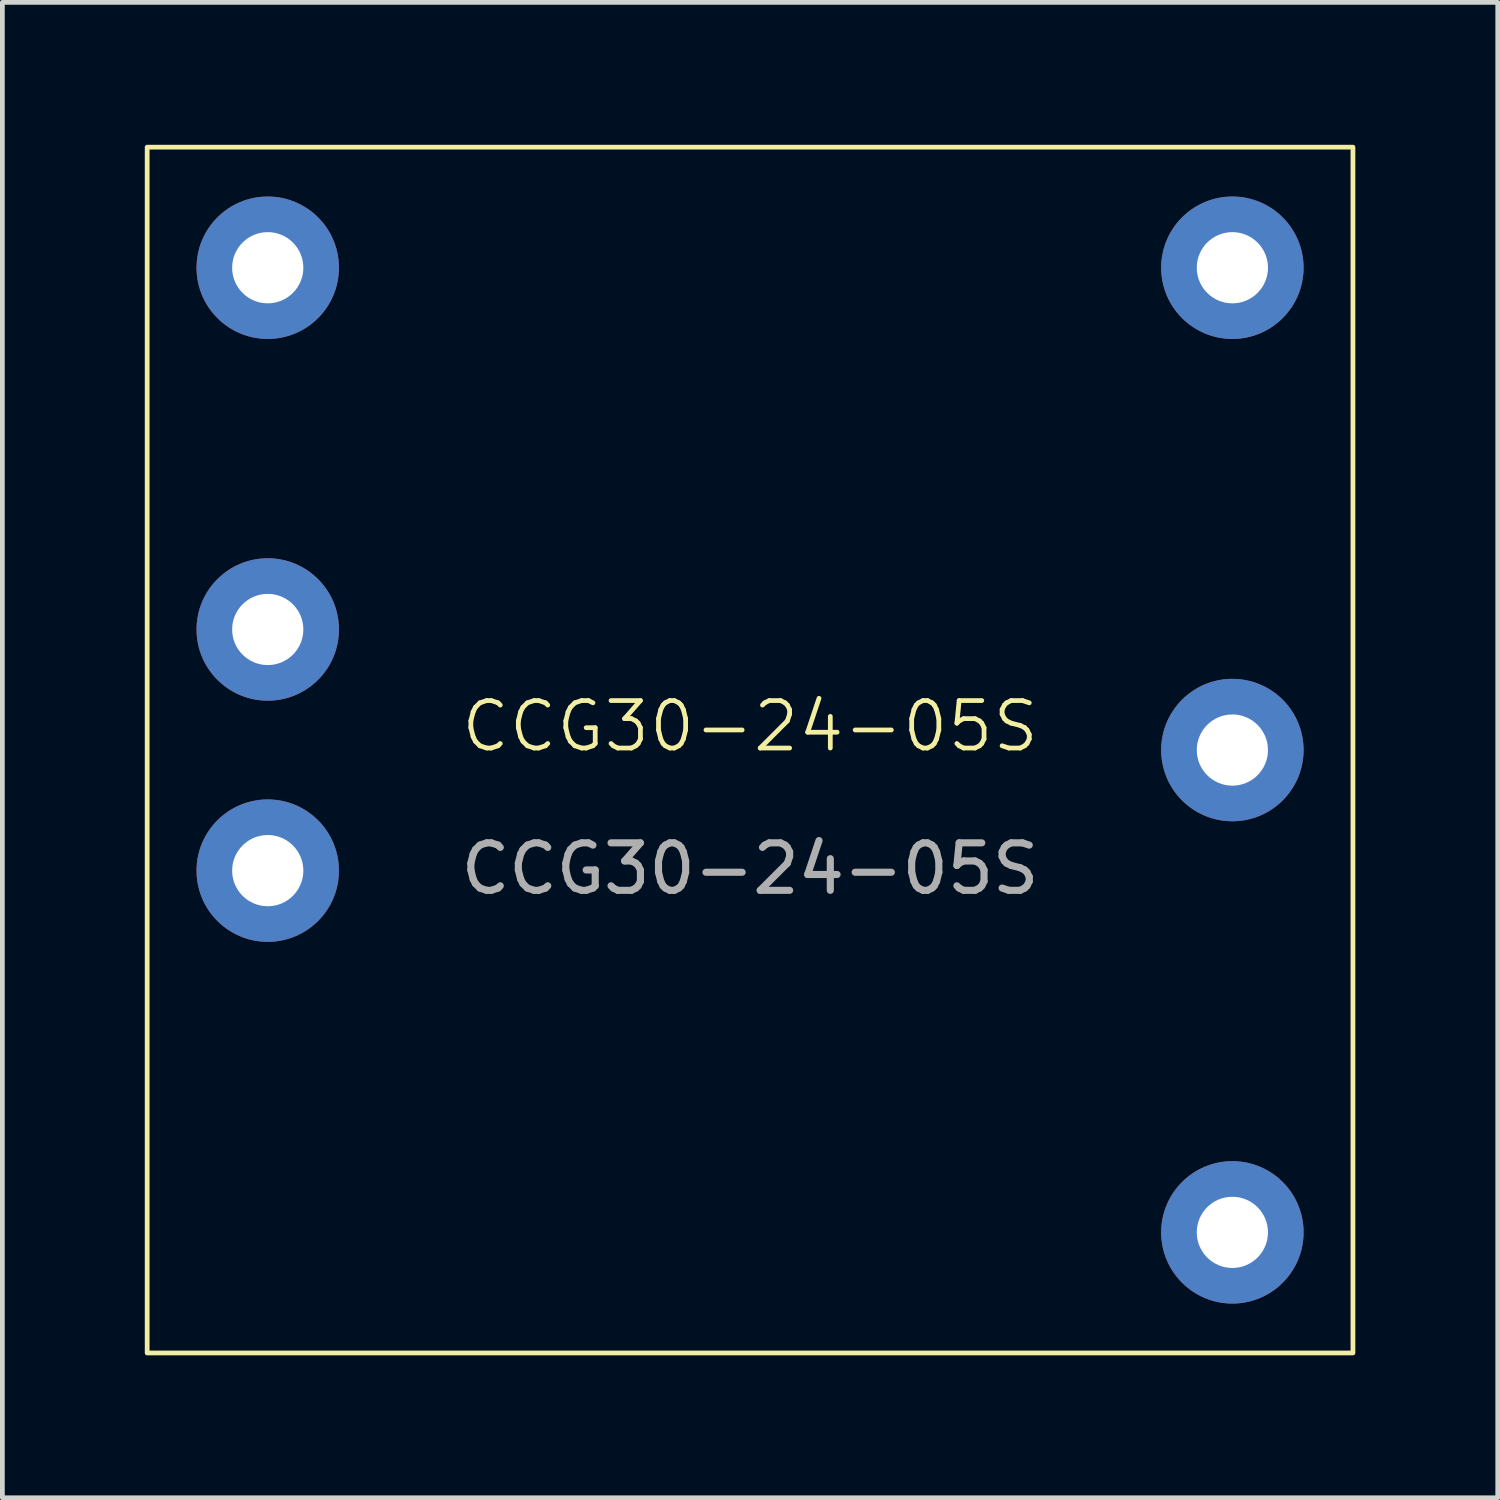
<source format=kicad_pcb>
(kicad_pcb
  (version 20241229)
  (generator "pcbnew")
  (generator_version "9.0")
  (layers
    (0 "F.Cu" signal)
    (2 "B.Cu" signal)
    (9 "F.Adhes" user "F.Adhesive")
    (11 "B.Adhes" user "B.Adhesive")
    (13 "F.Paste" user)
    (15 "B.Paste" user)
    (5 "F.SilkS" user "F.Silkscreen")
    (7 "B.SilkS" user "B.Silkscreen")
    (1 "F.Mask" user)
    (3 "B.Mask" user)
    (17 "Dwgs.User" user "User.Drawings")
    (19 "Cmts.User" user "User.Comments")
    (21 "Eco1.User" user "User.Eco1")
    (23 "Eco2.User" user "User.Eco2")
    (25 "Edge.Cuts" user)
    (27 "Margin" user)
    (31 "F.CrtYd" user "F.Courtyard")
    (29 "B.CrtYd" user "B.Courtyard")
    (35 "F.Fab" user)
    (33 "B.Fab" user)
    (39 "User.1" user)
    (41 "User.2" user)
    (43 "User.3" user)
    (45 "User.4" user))
  (footprint "CCG30-24-05S"
    (layer "F.Cu")
    (at 12.75 12.75)
    (property "Reference" "CCG30-24-05S" (at 0 -0.5 0) (unlocked yes) (layer "F.SilkS") (effects (font (size 1 1) (thickness 0.1))))
    (attr through_hole)
    (fp_rect (start -12.7 -12.7) (end 12.7 12.7) (stroke (width 0.1) (type default)) (fill no) (layer "F.SilkS"))
    (fp_text user "${REFERENCE}" (at 0 2.5 0) (unlocked yes) (layer "F.Fab") (effects (font (size 1 1) (thickness 0.15))))
    (pad "0" thru_hole circle (at -10.16 -10.16) (size 3 3) (drill 1.5) (layers "*.Cu" "*.Mask"))
    (pad "1" thru_hole circle (at -10.16 -2.54) (size 3 3) (drill 1.5) (layers "*.Cu" "*.Mask"))
    (pad "2" thru_hole circle (at -10.16 2.54) (size 3 3) (drill 1.5) (layers "*.Cu" "*.Mask"))
    (pad "3" thru_hole circle (at 10.16 10.16) (size 3 3) (drill 1.5) (layers "*.Cu" "*.Mask"))
    (pad "4" thru_hole circle (at 10.16 0) (size 3 3) (drill 1.5) (layers "*.Cu" "*.Mask"))
    (pad "5" thru_hole circle (at 10.16 -10.16) (size 3 3) (drill 1.5) (layers "*.Cu" "*.Mask")))
  (gr_rect
    (start -3 -3)
    (end 28.5 28.5)
    (stroke (width 0.1) (type default))
    (fill no)
    (layer "Edge.Cuts")))
</source>
